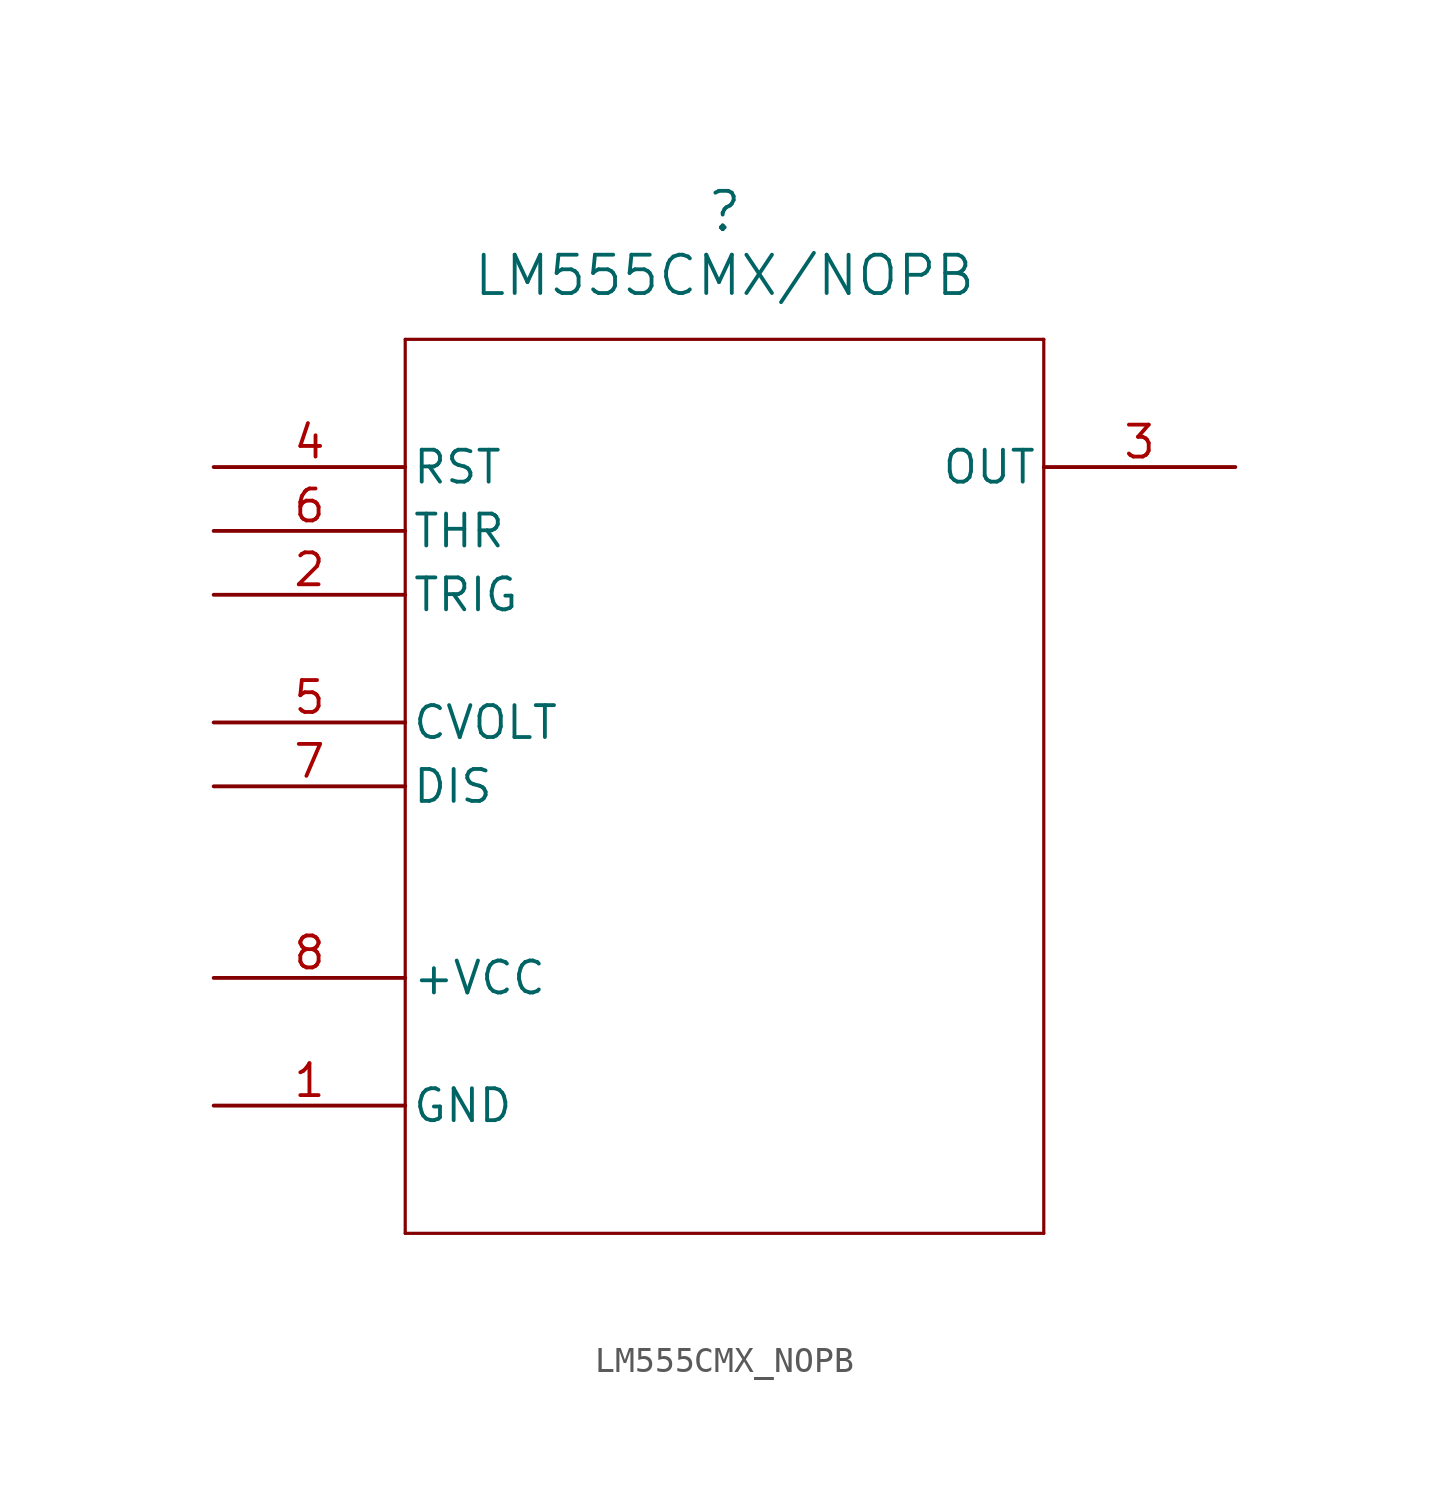
<source format=kicad_sym>
(kicad_symbol_lib
  (version 20241209)
  (generator "kicad_symbol_editor")
  (generator_version "9.0")
  (symbol "LM555CMX_NOPB"
    (pin_names
      (offset 0.254))
    (property "Reference" ""
      (at 20.32 10.16 0)
      (effects (font (size 1.524 1.524))))
    (property "Value" "LM555CMX/NOPB"
      (at 20.32 7.62 0)
      (effects (font (size 1.524 1.524))))
    (property "ki_locked" ""
      (at 0 0 0)
      (effects (font (size 1.27 1.27))))
    (symbol "LM555CMX_NOPB_0_1"
      (polyline (pts (xy 7.62 5.08) (xy 7.62 -30.48)) (stroke (width 0.127) (type default)) (fill (type none)))
      (polyline (pts (xy 7.62 -30.48) (xy 33.02 -30.48)) (stroke (width 0.127) (type default)) (fill (type none)))
      (polyline (pts (xy 33.02 5.08) (xy 7.62 5.08)) (stroke (width 0.127) (type default)) (fill (type none)))
      (polyline (pts (xy 33.02 -30.48) (xy 33.02 5.08)) (stroke (width 0.127) (type default)) (fill (type none)))
      (pin input line (at 0 0 0) (length 7.62) (name "RST" (effects (font (size 1.27 1.27)))) (number "4" (effects (font (size 1.27 1.27)))))
      (pin input line (at 0 -2.54 0) (length 7.62) (name "THR" (effects (font (size 1.27 1.27)))) (number "6" (effects (font (size 1.27 1.27)))))
      (pin input line (at 0 -5.08 0) (length 7.62) (name "TRIG" (effects (font (size 1.27 1.27)))) (number "2" (effects (font (size 1.27 1.27)))))
      (pin passive line (at 0 -10.16 0) (length 7.62) (name "CVOLT" (effects (font (size 1.27 1.27)))) (number "5" (effects (font (size 1.27 1.27)))))
      (pin passive line (at 0 -12.7 0) (length 7.62) (name "DIS" (effects (font (size 1.27 1.27)))) (number "7" (effects (font (size 1.27 1.27)))))
      (pin power_in line (at 0 -20.32 0) (length 7.62) (name "+VCC" (effects (font (size 1.27 1.27)))) (number "8" (effects (font (size 1.27 1.27)))))
      (pin power_in line (at 0 -25.4 0) (length 7.62) (name "GND" (effects (font (size 1.27 1.27)))) (number "1" (effects (font (size 1.27 1.27)))))
      (pin output line (at 40.64 0 180) (length 7.62) (name "OUT" (effects (font (size 1.27 1.27)))) (number "3" (effects (font (size 1.27 1.27))))))))
</source>
